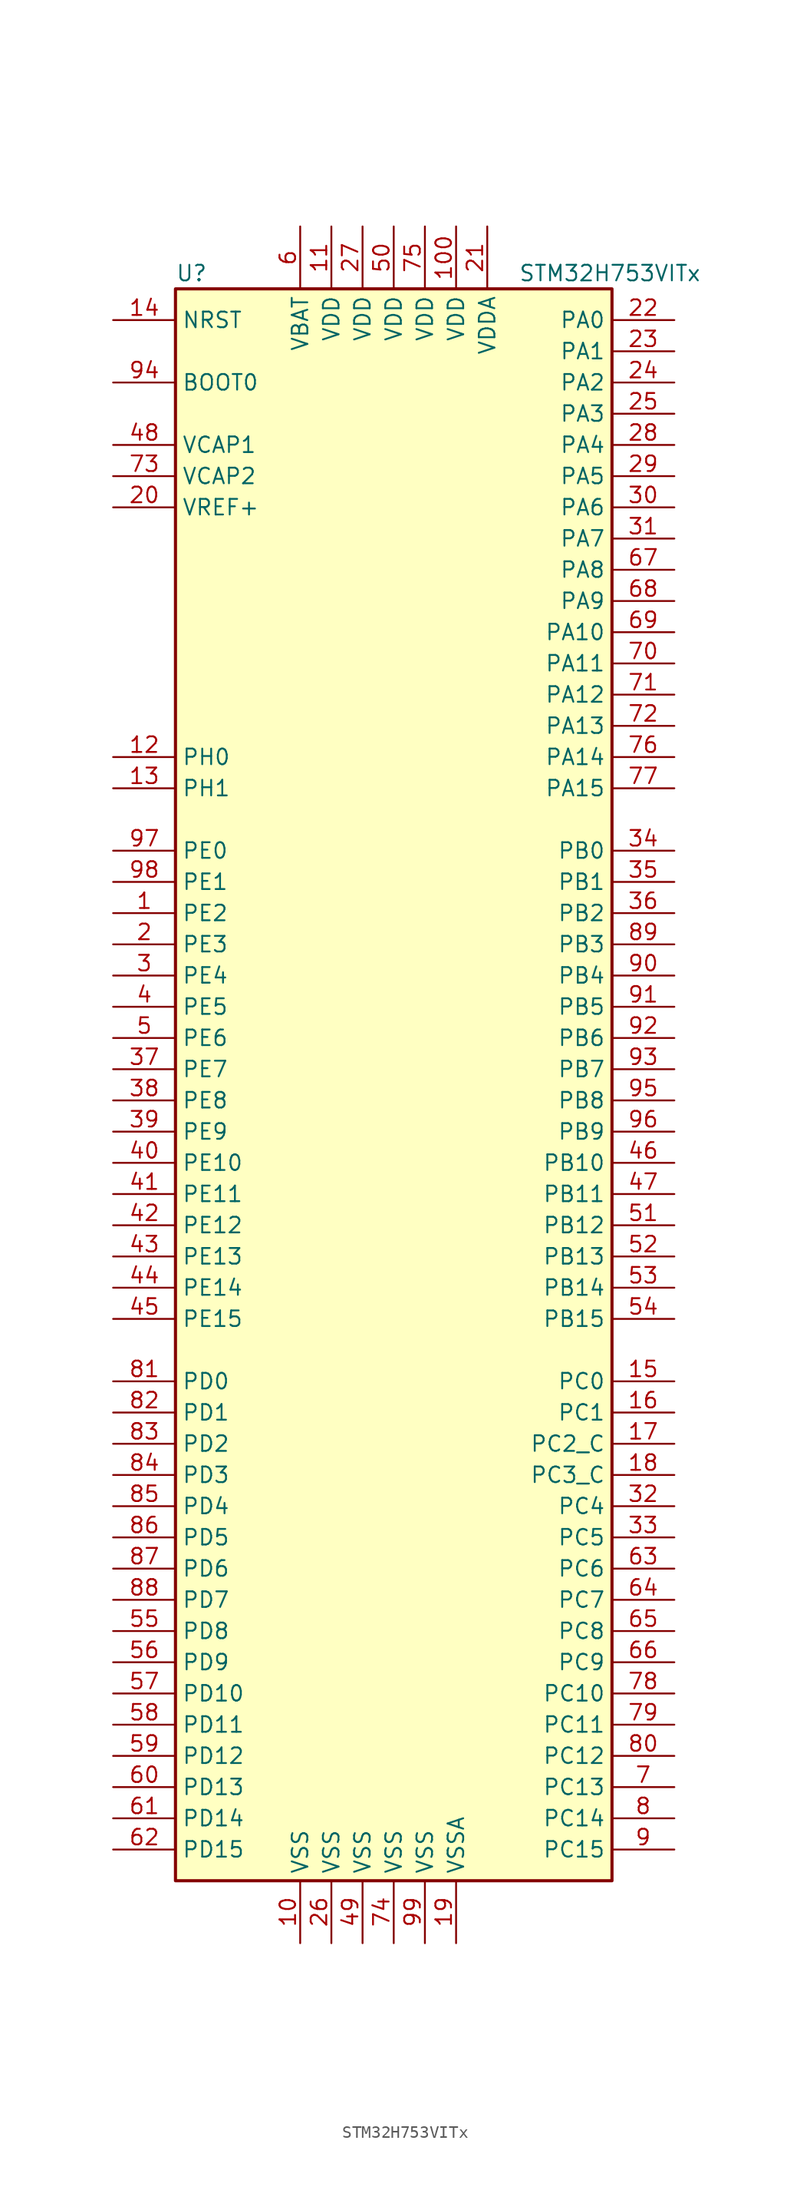
<source format=kicad_sym>
(kicad_symbol_lib
  (version 20220914)
  (generator kicad_symbol_editor)
  (symbol "STM32H753VITx"
    (property "Reference" "U"
      (at -17.78 64.77 0)
      (effects (font (size 1.27 1.27)) (justify left)))
    (property "Value" "STM32H753VITx"
      (at 10.16 64.77 0)
      (effects (font (size 1.27 1.27)) (justify left)))
    (symbol "STM32H753VITx_0_1"
      (rectangle (start -17.78 -66.04) (end 17.78 63.5) (stroke (width 0.254) (type default)) (fill (type background))))
    (symbol "STM32H753VITx_1_1"
      (pin bidirectional line (at -22.86 12.7 0) (length 5.08) (name "PE2" (effects (font (size 1.27 1.27)))) (number "1" (effects (font (size 1.27 1.27)))))
      (pin power_in line (at -7.62 -71.12 90) (length 5.08) (name "VSS" (effects (font (size 1.27 1.27)))) (number "10" (effects (font (size 1.27 1.27)))))
      (pin power_in line (at 5.08 68.58 270) (length 5.08) (name "VDD" (effects (font (size 1.27 1.27)))) (number "100" (effects (font (size 1.27 1.27)))))
      (pin power_in line (at -5.08 68.58 270) (length 5.08) (name "VDD" (effects (font (size 1.27 1.27)))) (number "11" (effects (font (size 1.27 1.27)))))
      (pin input line (at -22.86 25.4 0) (length 5.08) (name "PH0" (effects (font (size 1.27 1.27)))) (number "12" (effects (font (size 1.27 1.27)))))
      (pin input line (at -22.86 22.86 0) (length 5.08) (name "PH1" (effects (font (size 1.27 1.27)))) (number "13" (effects (font (size 1.27 1.27)))))
      (pin input line (at -22.86 60.96 0) (length 5.08) (name "NRST" (effects (font (size 1.27 1.27)))) (number "14" (effects (font (size 1.27 1.27)))))
      (pin bidirectional line (at 22.86 -25.4 180) (length 5.08) (name "PC0" (effects (font (size 1.27 1.27)))) (number "15" (effects (font (size 1.27 1.27)))))
      (pin bidirectional line (at 22.86 -27.94 180) (length 5.08) (name "PC1" (effects (font (size 1.27 1.27)))) (number "16" (effects (font (size 1.27 1.27)))))
      (pin bidirectional line (at 22.86 -30.48 180) (length 5.08) (name "PC2_C" (effects (font (size 1.27 1.27)))) (number "17" (effects (font (size 1.27 1.27)))))
      (pin bidirectional line (at 22.86 -33.02 180) (length 5.08) (name "PC3_C" (effects (font (size 1.27 1.27)))) (number "18" (effects (font (size 1.27 1.27)))))
      (pin power_in line (at 5.08 -71.12 90) (length 5.08) (name "VSSA" (effects (font (size 1.27 1.27)))) (number "19" (effects (font (size 1.27 1.27)))))
      (pin bidirectional line (at -22.86 10.16 0) (length 5.08) (name "PE3" (effects (font (size 1.27 1.27)))) (number "2" (effects (font (size 1.27 1.27)))))
      (pin bidirectional line (at -22.86 45.72 0) (length 5.08) (name "VREF+" (effects (font (size 1.27 1.27)))) (number "20" (effects (font (size 1.27 1.27)))))
      (pin power_in line (at 7.62 68.58 270) (length 5.08) (name "VDDA" (effects (font (size 1.27 1.27)))) (number "21" (effects (font (size 1.27 1.27)))))
      (pin bidirectional line (at 22.86 60.96 180) (length 5.08) (name "PA0" (effects (font (size 1.27 1.27)))) (number "22" (effects (font (size 1.27 1.27)))))
      (pin bidirectional line (at 22.86 58.42 180) (length 5.08) (name "PA1" (effects (font (size 1.27 1.27)))) (number "23" (effects (font (size 1.27 1.27)))))
      (pin bidirectional line (at 22.86 55.88 180) (length 5.08) (name "PA2" (effects (font (size 1.27 1.27)))) (number "24" (effects (font (size 1.27 1.27)))))
      (pin bidirectional line (at 22.86 53.34 180) (length 5.08) (name "PA3" (effects (font (size 1.27 1.27)))) (number "25" (effects (font (size 1.27 1.27)))))
      (pin power_in line (at -5.08 -71.12 90) (length 5.08) (name "VSS" (effects (font (size 1.27 1.27)))) (number "26" (effects (font (size 1.27 1.27)))))
      (pin power_in line (at -2.54 68.58 270) (length 5.08) (name "VDD" (effects (font (size 1.27 1.27)))) (number "27" (effects (font (size 1.27 1.27)))))
      (pin bidirectional line (at 22.86 50.8 180) (length 5.08) (name "PA4" (effects (font (size 1.27 1.27)))) (number "28" (effects (font (size 1.27 1.27)))))
      (pin bidirectional line (at 22.86 48.26 180) (length 5.08) (name "PA5" (effects (font (size 1.27 1.27)))) (number "29" (effects (font (size 1.27 1.27)))))
      (pin bidirectional line (at -22.86 7.62 0) (length 5.08) (name "PE4" (effects (font (size 1.27 1.27)))) (number "3" (effects (font (size 1.27 1.27)))))
      (pin bidirectional line (at 22.86 45.72 180) (length 5.08) (name "PA6" (effects (font (size 1.27 1.27)))) (number "30" (effects (font (size 1.27 1.27)))))
      (pin bidirectional line (at 22.86 43.18 180) (length 5.08) (name "PA7" (effects (font (size 1.27 1.27)))) (number "31" (effects (font (size 1.27 1.27)))))
      (pin bidirectional line (at 22.86 -35.56 180) (length 5.08) (name "PC4" (effects (font (size 1.27 1.27)))) (number "32" (effects (font (size 1.27 1.27)))))
      (pin bidirectional line (at 22.86 -38.1 180) (length 5.08) (name "PC5" (effects (font (size 1.27 1.27)))) (number "33" (effects (font (size 1.27 1.27)))))
      (pin bidirectional line (at 22.86 17.78 180) (length 5.08) (name "PB0" (effects (font (size 1.27 1.27)))) (number "34" (effects (font (size 1.27 1.27)))))
      (pin bidirectional line (at 22.86 15.24 180) (length 5.08) (name "PB1" (effects (font (size 1.27 1.27)))) (number "35" (effects (font (size 1.27 1.27)))))
      (pin bidirectional line (at 22.86 12.7 180) (length 5.08) (name "PB2" (effects (font (size 1.27 1.27)))) (number "36" (effects (font (size 1.27 1.27)))))
      (pin bidirectional line (at -22.86 0 0) (length 5.08) (name "PE7" (effects (font (size 1.27 1.27)))) (number "37" (effects (font (size 1.27 1.27)))))
      (pin bidirectional line (at -22.86 -2.54 0) (length 5.08) (name "PE8" (effects (font (size 1.27 1.27)))) (number "38" (effects (font (size 1.27 1.27)))))
      (pin bidirectional line (at -22.86 -5.08 0) (length 5.08) (name "PE9" (effects (font (size 1.27 1.27)))) (number "39" (effects (font (size 1.27 1.27)))))
      (pin bidirectional line (at -22.86 5.08 0) (length 5.08) (name "PE5" (effects (font (size 1.27 1.27)))) (number "4" (effects (font (size 1.27 1.27)))))
      (pin bidirectional line (at -22.86 -7.62 0) (length 5.08) (name "PE10" (effects (font (size 1.27 1.27)))) (number "40" (effects (font (size 1.27 1.27)))))
      (pin bidirectional line (at -22.86 -10.16 0) (length 5.08) (name "PE11" (effects (font (size 1.27 1.27)))) (number "41" (effects (font (size 1.27 1.27)))))
      (pin bidirectional line (at -22.86 -12.7 0) (length 5.08) (name "PE12" (effects (font (size 1.27 1.27)))) (number "42" (effects (font (size 1.27 1.27)))))
      (pin bidirectional line (at -22.86 -15.24 0) (length 5.08) (name "PE13" (effects (font (size 1.27 1.27)))) (number "43" (effects (font (size 1.27 1.27)))))
      (pin bidirectional line (at -22.86 -17.78 0) (length 5.08) (name "PE14" (effects (font (size 1.27 1.27)))) (number "44" (effects (font (size 1.27 1.27)))))
      (pin bidirectional line (at -22.86 -20.32 0) (length 5.08) (name "PE15" (effects (font (size 1.27 1.27)))) (number "45" (effects (font (size 1.27 1.27)))))
      (pin bidirectional line (at 22.86 -7.62 180) (length 5.08) (name "PB10" (effects (font (size 1.27 1.27)))) (number "46" (effects (font (size 1.27 1.27)))))
      (pin bidirectional line (at 22.86 -10.16 180) (length 5.08) (name "PB11" (effects (font (size 1.27 1.27)))) (number "47" (effects (font (size 1.27 1.27)))))
      (pin power_in line (at -22.86 50.8 0) (length 5.08) (name "VCAP1" (effects (font (size 1.27 1.27)))) (number "48" (effects (font (size 1.27 1.27)))))
      (pin power_in line (at -2.54 -71.12 90) (length 5.08) (name "VSS" (effects (font (size 1.27 1.27)))) (number "49" (effects (font (size 1.27 1.27)))))
      (pin bidirectional line (at -22.86 2.54 0) (length 5.08) (name "PE6" (effects (font (size 1.27 1.27)))) (number "5" (effects (font (size 1.27 1.27)))))
      (pin power_in line (at 0 68.58 270) (length 5.08) (name "VDD" (effects (font (size 1.27 1.27)))) (number "50" (effects (font (size 1.27 1.27)))))
      (pin bidirectional line (at 22.86 -12.7 180) (length 5.08) (name "PB12" (effects (font (size 1.27 1.27)))) (number "51" (effects (font (size 1.27 1.27)))))
      (pin bidirectional line (at 22.86 -15.24 180) (length 5.08) (name "PB13" (effects (font (size 1.27 1.27)))) (number "52" (effects (font (size 1.27 1.27)))))
      (pin bidirectional line (at 22.86 -17.78 180) (length 5.08) (name "PB14" (effects (font (size 1.27 1.27)))) (number "53" (effects (font (size 1.27 1.27)))))
      (pin bidirectional line (at 22.86 -20.32 180) (length 5.08) (name "PB15" (effects (font (size 1.27 1.27)))) (number "54" (effects (font (size 1.27 1.27)))))
      (pin bidirectional line (at -22.86 -45.72 0) (length 5.08) (name "PD8" (effects (font (size 1.27 1.27)))) (number "55" (effects (font (size 1.27 1.27)))))
      (pin bidirectional line (at -22.86 -48.26 0) (length 5.08) (name "PD9" (effects (font (size 1.27 1.27)))) (number "56" (effects (font (size 1.27 1.27)))))
      (pin bidirectional line (at -22.86 -50.8 0) (length 5.08) (name "PD10" (effects (font (size 1.27 1.27)))) (number "57" (effects (font (size 1.27 1.27)))))
      (pin bidirectional line (at -22.86 -53.34 0) (length 5.08) (name "PD11" (effects (font (size 1.27 1.27)))) (number "58" (effects (font (size 1.27 1.27)))))
      (pin bidirectional line (at -22.86 -55.88 0) (length 5.08) (name "PD12" (effects (font (size 1.27 1.27)))) (number "59" (effects (font (size 1.27 1.27)))))
      (pin power_in line (at -7.62 68.58 270) (length 5.08) (name "VBAT" (effects (font (size 1.27 1.27)))) (number "6" (effects (font (size 1.27 1.27)))))
      (pin bidirectional line (at -22.86 -58.42 0) (length 5.08) (name "PD13" (effects (font (size 1.27 1.27)))) (number "60" (effects (font (size 1.27 1.27)))))
      (pin bidirectional line (at -22.86 -60.96 0) (length 5.08) (name "PD14" (effects (font (size 1.27 1.27)))) (number "61" (effects (font (size 1.27 1.27)))))
      (pin bidirectional line (at -22.86 -63.5 0) (length 5.08) (name "PD15" (effects (font (size 1.27 1.27)))) (number "62" (effects (font (size 1.27 1.27)))))
      (pin bidirectional line (at 22.86 -40.64 180) (length 5.08) (name "PC6" (effects (font (size 1.27 1.27)))) (number "63" (effects (font (size 1.27 1.27)))))
      (pin bidirectional line (at 22.86 -43.18 180) (length 5.08) (name "PC7" (effects (font (size 1.27 1.27)))) (number "64" (effects (font (size 1.27 1.27)))))
      (pin bidirectional line (at 22.86 -45.72 180) (length 5.08) (name "PC8" (effects (font (size 1.27 1.27)))) (number "65" (effects (font (size 1.27 1.27)))))
      (pin bidirectional line (at 22.86 -48.26 180) (length 5.08) (name "PC9" (effects (font (size 1.27 1.27)))) (number "66" (effects (font (size 1.27 1.27)))))
      (pin bidirectional line (at 22.86 40.64 180) (length 5.08) (name "PA8" (effects (font (size 1.27 1.27)))) (number "67" (effects (font (size 1.27 1.27)))))
      (pin bidirectional line (at 22.86 38.1 180) (length 5.08) (name "PA9" (effects (font (size 1.27 1.27)))) (number "68" (effects (font (size 1.27 1.27)))))
      (pin bidirectional line (at 22.86 35.56 180) (length 5.08) (name "PA10" (effects (font (size 1.27 1.27)))) (number "69" (effects (font (size 1.27 1.27)))))
      (pin bidirectional line (at 22.86 -58.42 180) (length 5.08) (name "PC13" (effects (font (size 1.27 1.27)))) (number "7" (effects (font (size 1.27 1.27)))))
      (pin bidirectional line (at 22.86 33.02 180) (length 5.08) (name "PA11" (effects (font (size 1.27 1.27)))) (number "70" (effects (font (size 1.27 1.27)))))
      (pin bidirectional line (at 22.86 30.48 180) (length 5.08) (name "PA12" (effects (font (size 1.27 1.27)))) (number "71" (effects (font (size 1.27 1.27)))))
      (pin bidirectional line (at 22.86 27.94 180) (length 5.08) (name "PA13" (effects (font (size 1.27 1.27)))) (number "72" (effects (font (size 1.27 1.27)))))
      (pin power_in line (at -22.86 48.26 0) (length 5.08) (name "VCAP2" (effects (font (size 1.27 1.27)))) (number "73" (effects (font (size 1.27 1.27)))))
      (pin power_in line (at 0 -71.12 90) (length 5.08) (name "VSS" (effects (font (size 1.27 1.27)))) (number "74" (effects (font (size 1.27 1.27)))))
      (pin power_in line (at 2.54 68.58 270) (length 5.08) (name "VDD" (effects (font (size 1.27 1.27)))) (number "75" (effects (font (size 1.27 1.27)))))
      (pin bidirectional line (at 22.86 25.4 180) (length 5.08) (name "PA14" (effects (font (size 1.27 1.27)))) (number "76" (effects (font (size 1.27 1.27)))))
      (pin bidirectional line (at 22.86 22.86 180) (length 5.08) (name "PA15" (effects (font (size 1.27 1.27)))) (number "77" (effects (font (size 1.27 1.27)))))
      (pin bidirectional line (at 22.86 -50.8 180) (length 5.08) (name "PC10" (effects (font (size 1.27 1.27)))) (number "78" (effects (font (size 1.27 1.27)))))
      (pin bidirectional line (at 22.86 -53.34 180) (length 5.08) (name "PC11" (effects (font (size 1.27 1.27)))) (number "79" (effects (font (size 1.27 1.27)))))
      (pin bidirectional line (at 22.86 -60.96 180) (length 5.08) (name "PC14" (effects (font (size 1.27 1.27)))) (number "8" (effects (font (size 1.27 1.27)))))
      (pin bidirectional line (at 22.86 -55.88 180) (length 5.08) (name "PC12" (effects (font (size 1.27 1.27)))) (number "80" (effects (font (size 1.27 1.27)))))
      (pin bidirectional line (at -22.86 -25.4 0) (length 5.08) (name "PD0" (effects (font (size 1.27 1.27)))) (number "81" (effects (font (size 1.27 1.27)))))
      (pin bidirectional line (at -22.86 -27.94 0) (length 5.08) (name "PD1" (effects (font (size 1.27 1.27)))) (number "82" (effects (font (size 1.27 1.27)))))
      (pin bidirectional line (at -22.86 -30.48 0) (length 5.08) (name "PD2" (effects (font (size 1.27 1.27)))) (number "83" (effects (font (size 1.27 1.27)))))
      (pin bidirectional line (at -22.86 -33.02 0) (length 5.08) (name "PD3" (effects (font (size 1.27 1.27)))) (number "84" (effects (font (size 1.27 1.27)))))
      (pin bidirectional line (at -22.86 -35.56 0) (length 5.08) (name "PD4" (effects (font (size 1.27 1.27)))) (number "85" (effects (font (size 1.27 1.27)))))
      (pin bidirectional line (at -22.86 -38.1 0) (length 5.08) (name "PD5" (effects (font (size 1.27 1.27)))) (number "86" (effects (font (size 1.27 1.27)))))
      (pin bidirectional line (at -22.86 -40.64 0) (length 5.08) (name "PD6" (effects (font (size 1.27 1.27)))) (number "87" (effects (font (size 1.27 1.27)))))
      (pin bidirectional line (at -22.86 -43.18 0) (length 5.08) (name "PD7" (effects (font (size 1.27 1.27)))) (number "88" (effects (font (size 1.27 1.27)))))
      (pin bidirectional line (at 22.86 10.16 180) (length 5.08) (name "PB3" (effects (font (size 1.27 1.27)))) (number "89" (effects (font (size 1.27 1.27)))))
      (pin bidirectional line (at 22.86 -63.5 180) (length 5.08) (name "PC15" (effects (font (size 1.27 1.27)))) (number "9" (effects (font (size 1.27 1.27)))))
      (pin bidirectional line (at 22.86 7.62 180) (length 5.08) (name "PB4" (effects (font (size 1.27 1.27)))) (number "90" (effects (font (size 1.27 1.27)))))
      (pin bidirectional line (at 22.86 5.08 180) (length 5.08) (name "PB5" (effects (font (size 1.27 1.27)))) (number "91" (effects (font (size 1.27 1.27)))))
      (pin bidirectional line (at 22.86 2.54 180) (length 5.08) (name "PB6" (effects (font (size 1.27 1.27)))) (number "92" (effects (font (size 1.27 1.27)))))
      (pin bidirectional line (at 22.86 0 180) (length 5.08) (name "PB7" (effects (font (size 1.27 1.27)))) (number "93" (effects (font (size 1.27 1.27)))))
      (pin input line (at -22.86 55.88 0) (length 5.08) (name "BOOT0" (effects (font (size 1.27 1.27)))) (number "94" (effects (font (size 1.27 1.27)))))
      (pin bidirectional line (at 22.86 -2.54 180) (length 5.08) (name "PB8" (effects (font (size 1.27 1.27)))) (number "95" (effects (font (size 1.27 1.27)))))
      (pin bidirectional line (at 22.86 -5.08 180) (length 5.08) (name "PB9" (effects (font (size 1.27 1.27)))) (number "96" (effects (font (size 1.27 1.27)))))
      (pin bidirectional line (at -22.86 17.78 0) (length 5.08) (name "PE0" (effects (font (size 1.27 1.27)))) (number "97" (effects (font (size 1.27 1.27)))))
      (pin bidirectional line (at -22.86 15.24 0) (length 5.08) (name "PE1" (effects (font (size 1.27 1.27)))) (number "98" (effects (font (size 1.27 1.27)))))
      (pin power_in line (at 2.54 -71.12 90) (length 5.08) (name "VSS" (effects (font (size 1.27 1.27)))) (number "99" (effects (font (size 1.27 1.27))))))))
</source>
